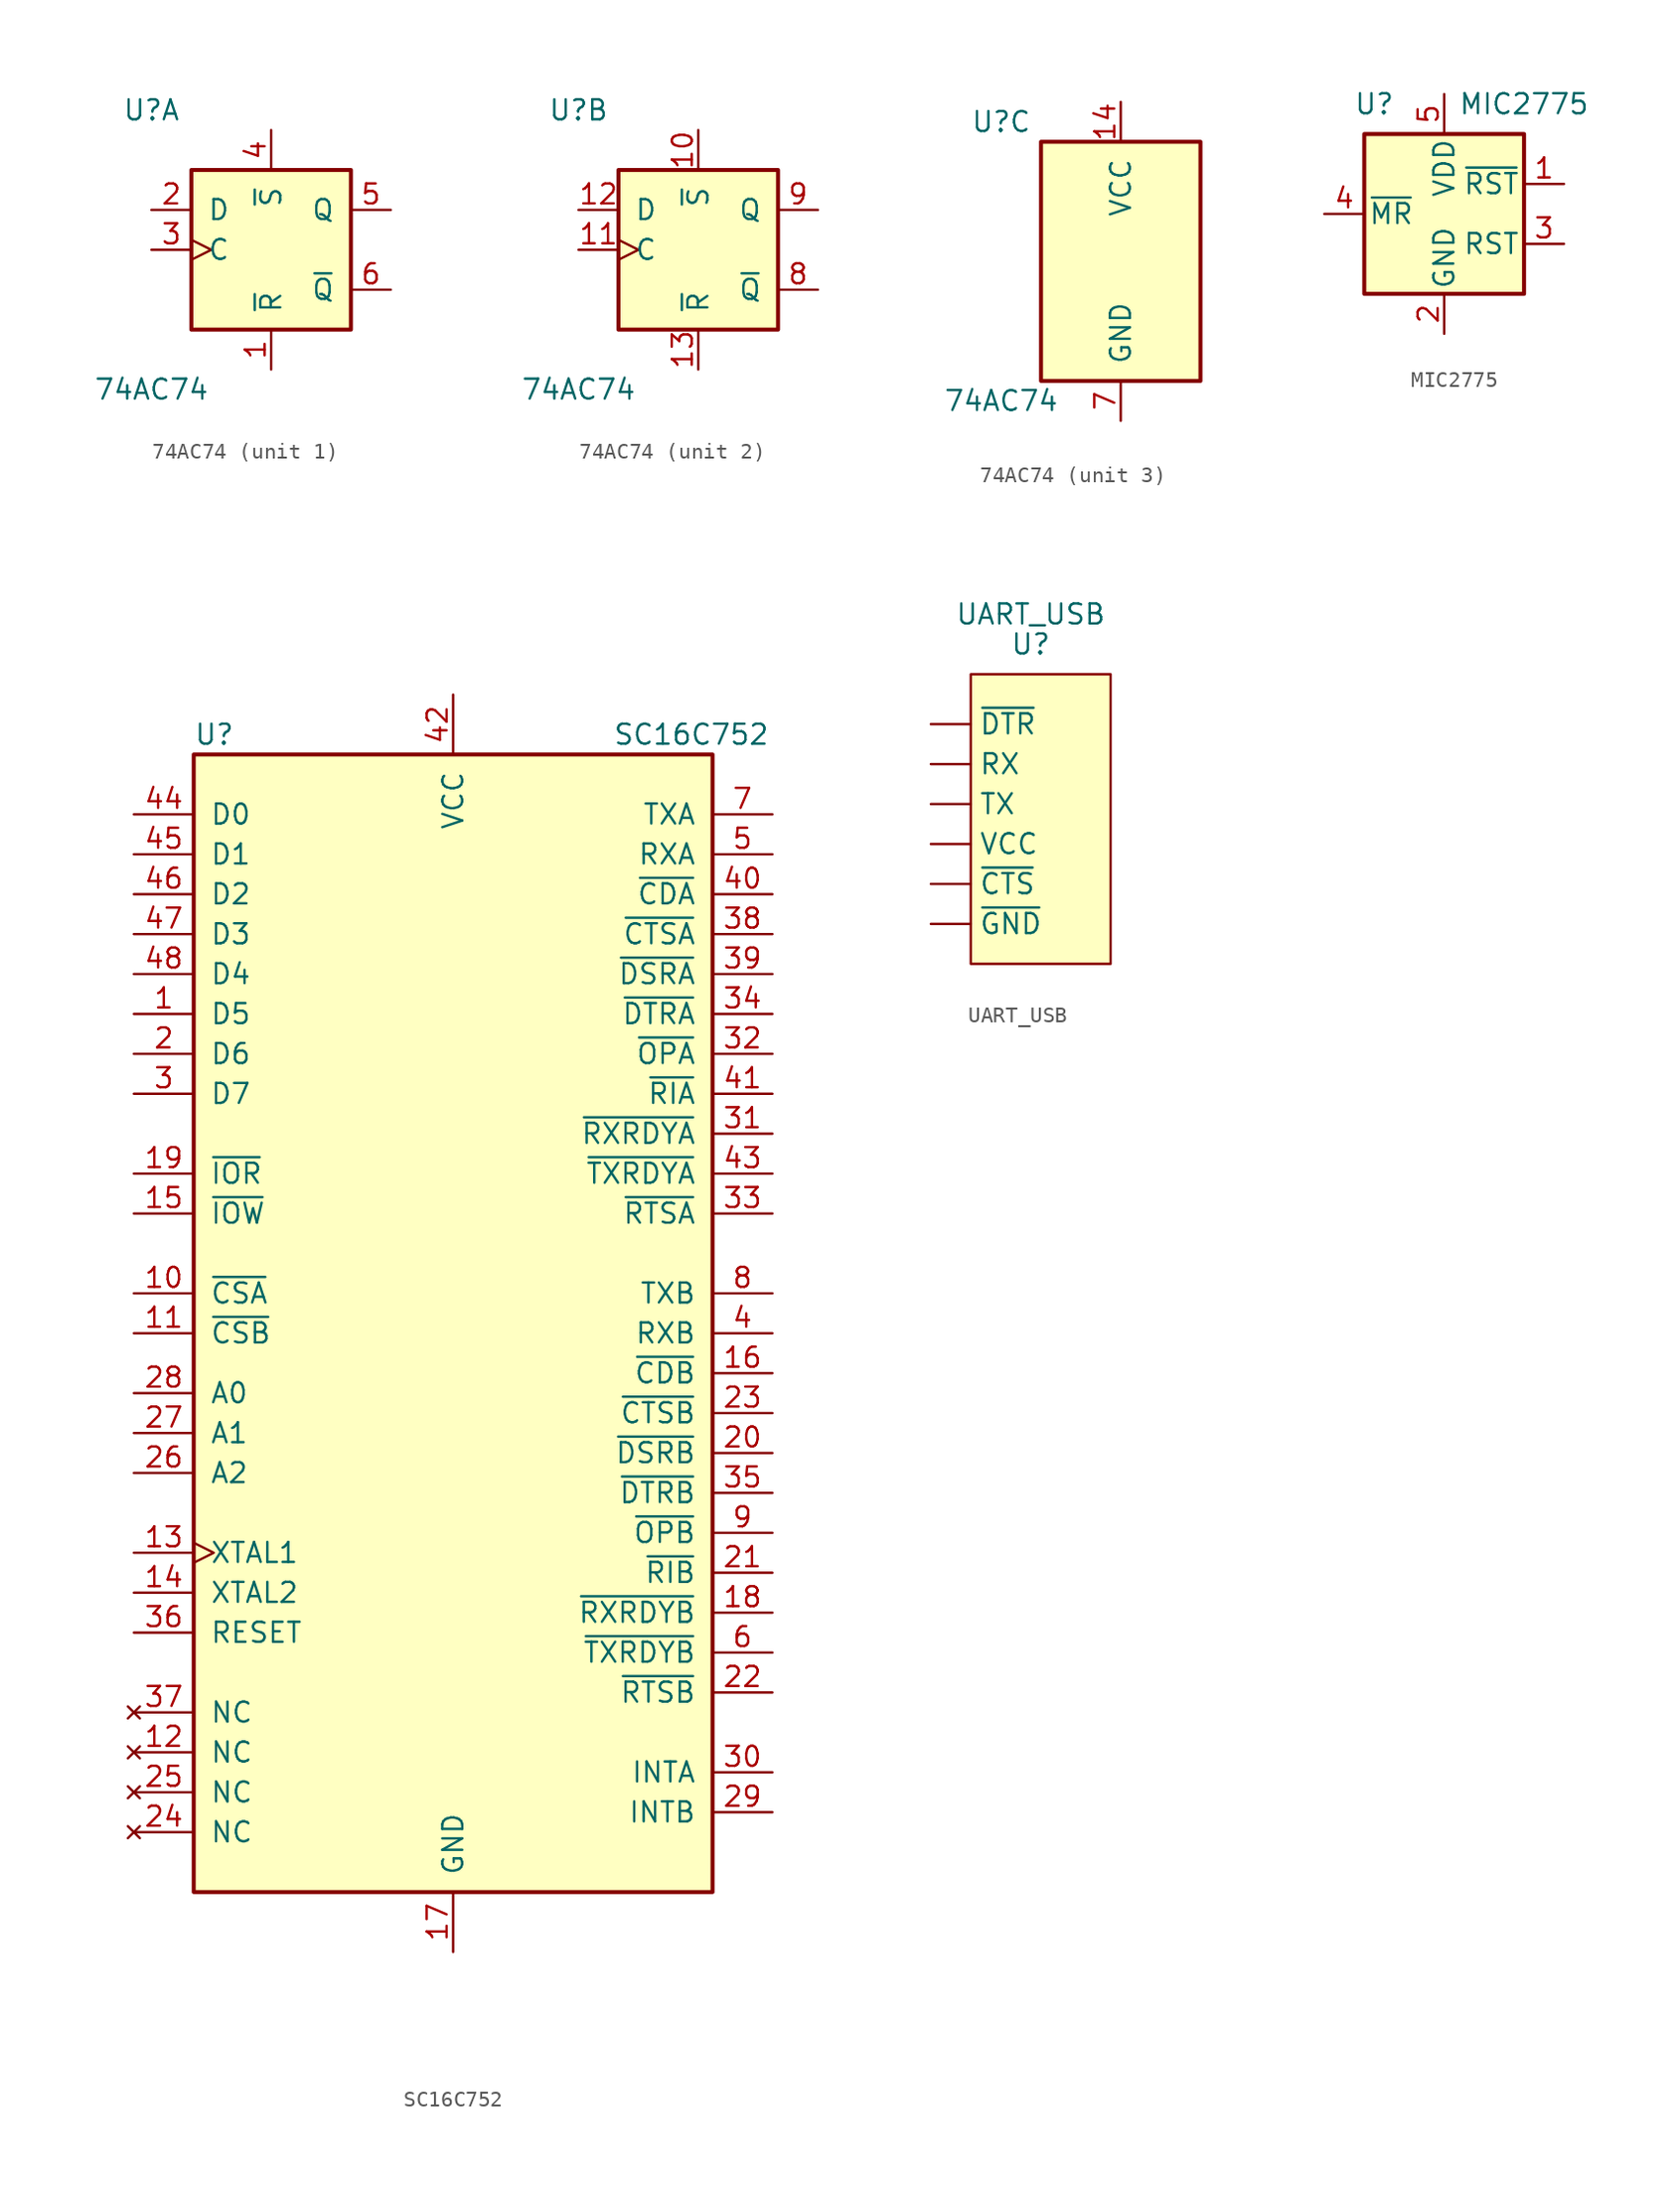
<source format=kicad_sym>
(kicad_symbol_lib
  (version 20211014)
  (generator kicad_symbol_editor)
  (symbol "74AC74"
    (pin_names
      (offset 1.016))
    (property "Reference" "U"
      (at -7.62 8.89 0)
      (effects (font (size 1.27 1.27))))
    (property "Value" "74AC74"
      (at -7.62 -8.89 0)
      (effects (font (size 1.27 1.27))))
    (property "ki_locked" ""
      (at 0 0 0)
      (effects (font (size 1.27 1.27))))
    (symbol "74AC74_1_0"
      (pin input line (at 0 -7.62 90) (length 2.54) (name "~{R}" (effects (font (size 1.27 1.27)))) (number "1" (effects (font (size 1.27 1.27)))))
      (pin input line (at -7.62 2.54 0) (length 2.54) (name "D" (effects (font (size 1.27 1.27)))) (number "2" (effects (font (size 1.27 1.27)))))
      (pin input clock (at -7.62 0 0) (length 2.54) (name "C" (effects (font (size 1.27 1.27)))) (number "3" (effects (font (size 1.27 1.27)))))
      (pin input line (at 0 7.62 270) (length 2.54) (name "~{S}" (effects (font (size 1.27 1.27)))) (number "4" (effects (font (size 1.27 1.27)))))
      (pin output line (at 7.62 2.54 180) (length 2.54) (name "Q" (effects (font (size 1.27 1.27)))) (number "5" (effects (font (size 1.27 1.27)))))
      (pin output line (at 7.62 -2.54 180) (length 2.54) (name "~{Q}" (effects (font (size 1.27 1.27)))) (number "6" (effects (font (size 1.27 1.27))))))
    (symbol "74AC74_1_1"
      (rectangle (start -5.08 5.08) (end 5.08 -5.08) (stroke (width 0.254) (type default) (color 0 0 0 0)) (fill (type background))))
    (symbol "74AC74_2_0"
      (pin input line (at 0 7.62 270) (length 2.54) (name "~{S}" (effects (font (size 1.27 1.27)))) (number "10" (effects (font (size 1.27 1.27)))))
      (pin input clock (at -7.62 0 0) (length 2.54) (name "C" (effects (font (size 1.27 1.27)))) (number "11" (effects (font (size 1.27 1.27)))))
      (pin input line (at -7.62 2.54 0) (length 2.54) (name "D" (effects (font (size 1.27 1.27)))) (number "12" (effects (font (size 1.27 1.27)))))
      (pin input line (at 0 -7.62 90) (length 2.54) (name "~{R}" (effects (font (size 1.27 1.27)))) (number "13" (effects (font (size 1.27 1.27)))))
      (pin output line (at 7.62 -2.54 180) (length 2.54) (name "~{Q}" (effects (font (size 1.27 1.27)))) (number "8" (effects (font (size 1.27 1.27)))))
      (pin output line (at 7.62 2.54 180) (length 2.54) (name "Q" (effects (font (size 1.27 1.27)))) (number "9" (effects (font (size 1.27 1.27))))))
    (symbol "74AC74_2_1"
      (rectangle (start -5.08 5.08) (end 5.08 -5.08) (stroke (width 0.254) (type default) (color 0 0 0 0)) (fill (type background))))
    (symbol "74AC74_3_0"
      (pin power_in line (at 0 10.16 270) (length 2.54) (name "VCC" (effects (font (size 1.27 1.27)))) (number "14" (effects (font (size 1.27 1.27)))))
      (pin power_in line (at 0 -10.16 90) (length 2.54) (name "GND" (effects (font (size 1.27 1.27)))) (number "7" (effects (font (size 1.27 1.27))))))
    (symbol "74AC74_3_1"
      (rectangle (start -5.08 7.62) (end 5.08 -7.62) (stroke (width 0.254) (type default) (color 0 0 0 0)) (fill (type background)))))
  (symbol "MIC2775"
    (pin_names
      (offset 0.254))
    (property "Reference" "U"
      (at -4.445 6.985 0)
      (effects (font (size 1.27 1.27))))
    (property "Value" "MIC2775"
      (at 5.08 6.985 0)
      (effects (font (size 1.27 1.27))))
    (symbol "MIC2775_0_0"
      (pin output line (at 7.62 1.905 180) (length 2.54) (name "~{RST}" (effects (font (size 1.27 1.27)))) (number "1" (effects (font (size 1.27 1.27)))))
      (pin power_in line (at 0 -7.62 90) (length 2.54) (name "GND" (effects (font (size 1.27 1.27)))) (number "2" (effects (font (size 1.27 1.27)))))
      (pin output line (at 7.62 -1.905 180) (length 2.54) (name "RST" (effects (font (size 1.27 1.27)))) (number "3" (effects (font (size 1.27 1.27)))))
      (pin input line (at -7.62 0 0) (length 2.54) (name "~{MR}" (effects (font (size 1.27 1.27)))) (number "4" (effects (font (size 1.27 1.27)))))
      (pin power_in line (at 0 7.62 270) (length 2.54) (name "VDD" (effects (font (size 1.27 1.27)))) (number "5" (effects (font (size 1.27 1.27))))))
    (symbol "MIC2775_0_1"
      (rectangle (start -5.08 5.08) (end 5.08 -5.08) (stroke (width 0.254) (type default) (color 0 0 0 0)) (fill (type background)))))
  (symbol "SC16C752"
    (pin_names
      (offset 1.016))
    (property "Reference" "U"
      (at -16.51 35.56 0)
      (effects (font (size 1.27 1.27)) (justify left)))
    (property "Value" "SC16C752"
      (at 10.16 35.56 0)
      (effects (font (size 1.27 1.27)) (justify left)))
    (symbol "SC16C752_0_0"
      (pin input line (at -20.32 -2.54 0) (length 3.81) (name "~{CSB}" (effects (font (size 1.27 1.27)))) (number "11" (effects (font (size 1.27 1.27)))))
      (pin input clock (at -20.32 -16.51 0) (length 3.81) (name "XTAL1" (effects (font (size 1.27 1.27)))) (number "13" (effects (font (size 1.27 1.27)))))
      (pin output line (at -20.32 -19.05 0) (length 3.81) (name "XTAL2" (effects (font (size 1.27 1.27)))) (number "14" (effects (font (size 1.27 1.27)))))
      (pin no_connect line (at -20.32 -34.29 0) (length 3.81) (name "NC" (effects (font (size 1.27 1.27)))) (number "24" (effects (font (size 1.27 1.27)))))
      (pin no_connect line (at -20.32 -31.75 0) (length 3.81) (name "NC" (effects (font (size 1.27 1.27)))) (number "25" (effects (font (size 1.27 1.27)))))
      (pin input line (at -20.32 -11.43 0) (length 3.81) (name "A2" (effects (font (size 1.27 1.27)))) (number "26" (effects (font (size 1.27 1.27)))))
      (pin output line (at 20.32 10.16 180) (length 3.81) (name "~{RXRDYA}" (effects (font (size 1.27 1.27)))) (number "31" (effects (font (size 1.27 1.27)))))
      (pin output line (at 20.32 7.62 180) (length 3.81) (name "~{TXRDYA}" (effects (font (size 1.27 1.27)))) (number "43" (effects (font (size 1.27 1.27))))))
    (symbol "SC16C752_0_1"
      (rectangle (start -16.51 34.29) (end 16.51 -38.1) (stroke (width 0.254) (type default) (color 0 0 0 0)) (fill (type background))))
    (symbol "SC16C752_1_1"
      (pin bidirectional line (at -20.32 17.78 0) (length 3.81) (name "D5" (effects (font (size 1.27 1.27)))) (number "1" (effects (font (size 1.27 1.27)))))
      (pin input line (at -20.32 0 0) (length 3.81) (name "~{CSA}" (effects (font (size 1.27 1.27)))) (number "10" (effects (font (size 1.27 1.27)))))
      (pin no_connect line (at -20.32 -29.21 0) (length 3.81) (name "NC" (effects (font (size 1.27 1.27)))) (number "12" (effects (font (size 1.27 1.27)))))
      (pin input line (at -20.32 5.08 0) (length 3.81) (name "~{IOW}" (effects (font (size 1.27 1.27)))) (number "15" (effects (font (size 1.27 1.27)))))
      (pin input line (at 20.32 -5.08 180) (length 3.81) (name "~{CDB}" (effects (font (size 1.27 1.27)))) (number "16" (effects (font (size 1.27 1.27)))))
      (pin power_in line (at 0 -41.91 90) (length 3.81) (name "GND" (effects (font (size 1.27 1.27)))) (number "17" (effects (font (size 1.27 1.27)))))
      (pin output line (at 20.32 -20.32 180) (length 3.81) (name "~{RXRDYB}" (effects (font (size 1.27 1.27)))) (number "18" (effects (font (size 1.27 1.27)))))
      (pin input line (at -20.32 7.62 0) (length 3.81) (name "~{IOR}" (effects (font (size 1.27 1.27)))) (number "19" (effects (font (size 1.27 1.27)))))
      (pin bidirectional line (at -20.32 15.24 0) (length 3.81) (name "D6" (effects (font (size 1.27 1.27)))) (number "2" (effects (font (size 1.27 1.27)))))
      (pin input line (at 20.32 -10.16 180) (length 3.81) (name "~{DSRB}" (effects (font (size 1.27 1.27)))) (number "20" (effects (font (size 1.27 1.27)))))
      (pin input line (at 20.32 -17.78 180) (length 3.81) (name "~{RIB}" (effects (font (size 1.27 1.27)))) (number "21" (effects (font (size 1.27 1.27)))))
      (pin output line (at 20.32 -25.4 180) (length 3.81) (name "~{RTSB}" (effects (font (size 1.27 1.27)))) (number "22" (effects (font (size 1.27 1.27)))))
      (pin input line (at 20.32 -7.62 180) (length 3.81) (name "~{CTSB}" (effects (font (size 1.27 1.27)))) (number "23" (effects (font (size 1.27 1.27)))))
      (pin input line (at -20.32 -8.89 0) (length 3.81) (name "A1" (effects (font (size 1.27 1.27)))) (number "27" (effects (font (size 1.27 1.27)))))
      (pin input line (at -20.32 -6.35 0) (length 3.81) (name "A0" (effects (font (size 1.27 1.27)))) (number "28" (effects (font (size 1.27 1.27)))))
      (pin output line (at 20.32 -33.02 180) (length 3.81) (name "INTB" (effects (font (size 1.27 1.27)))) (number "29" (effects (font (size 1.27 1.27)))))
      (pin bidirectional line (at -20.32 12.7 0) (length 3.81) (name "D7" (effects (font (size 1.27 1.27)))) (number "3" (effects (font (size 1.27 1.27)))))
      (pin output line (at 20.32 -30.48 180) (length 3.81) (name "INTA" (effects (font (size 1.27 1.27)))) (number "30" (effects (font (size 1.27 1.27)))))
      (pin output line (at 20.32 15.24 180) (length 3.81) (name "~{OPA}" (effects (font (size 1.27 1.27)))) (number "32" (effects (font (size 1.27 1.27)))))
      (pin output line (at 20.32 5.08 180) (length 3.81) (name "~{RTSA}" (effects (font (size 1.27 1.27)))) (number "33" (effects (font (size 1.27 1.27)))))
      (pin output line (at 20.32 17.78 180) (length 3.81) (name "~{DTRA}" (effects (font (size 1.27 1.27)))) (number "34" (effects (font (size 1.27 1.27)))))
      (pin output line (at 20.32 -12.7 180) (length 3.81) (name "~{DTRB}" (effects (font (size 1.27 1.27)))) (number "35" (effects (font (size 1.27 1.27)))))
      (pin input line (at -20.32 -21.59 0) (length 3.81) (name "RESET" (effects (font (size 1.27 1.27)))) (number "36" (effects (font (size 1.27 1.27)))))
      (pin no_connect line (at -20.32 -26.67 0) (length 3.81) (name "NC" (effects (font (size 1.27 1.27)))) (number "37" (effects (font (size 1.27 1.27)))))
      (pin input line (at 20.32 22.86 180) (length 3.81) (name "~{CTSA}" (effects (font (size 1.27 1.27)))) (number "38" (effects (font (size 1.27 1.27)))))
      (pin input line (at 20.32 20.32 180) (length 3.81) (name "~{DSRA}" (effects (font (size 1.27 1.27)))) (number "39" (effects (font (size 1.27 1.27)))))
      (pin input line (at 20.32 -2.54 180) (length 3.81) (name "RXB" (effects (font (size 1.27 1.27)))) (number "4" (effects (font (size 1.27 1.27)))))
      (pin input line (at 20.32 25.4 180) (length 3.81) (name "~{CDA}" (effects (font (size 1.27 1.27)))) (number "40" (effects (font (size 1.27 1.27)))))
      (pin input line (at 20.32 12.7 180) (length 3.81) (name "~{RIA}" (effects (font (size 1.27 1.27)))) (number "41" (effects (font (size 1.27 1.27)))))
      (pin power_in line (at 0 38.1 270) (length 3.81) (name "VCC" (effects (font (size 1.27 1.27)))) (number "42" (effects (font (size 1.27 1.27)))))
      (pin bidirectional line (at -20.32 30.48 0) (length 3.81) (name "D0" (effects (font (size 1.27 1.27)))) (number "44" (effects (font (size 1.27 1.27)))))
      (pin bidirectional line (at -20.32 27.94 0) (length 3.81) (name "D1" (effects (font (size 1.27 1.27)))) (number "45" (effects (font (size 1.27 1.27)))))
      (pin bidirectional line (at -20.32 25.4 0) (length 3.81) (name "D2" (effects (font (size 1.27 1.27)))) (number "46" (effects (font (size 1.27 1.27)))))
      (pin bidirectional line (at -20.32 22.86 0) (length 3.81) (name "D3" (effects (font (size 1.27 1.27)))) (number "47" (effects (font (size 1.27 1.27)))))
      (pin bidirectional line (at -20.32 20.32 0) (length 3.81) (name "D4" (effects (font (size 1.27 1.27)))) (number "48" (effects (font (size 1.27 1.27)))))
      (pin input line (at 20.32 27.94 180) (length 3.81) (name "RXA" (effects (font (size 1.27 1.27)))) (number "5" (effects (font (size 1.27 1.27)))))
      (pin output line (at 20.32 -22.86 180) (length 3.81) (name "~{TXRDYB}" (effects (font (size 1.27 1.27)))) (number "6" (effects (font (size 1.27 1.27)))))
      (pin output line (at 20.32 30.48 180) (length 3.81) (name "TXA" (effects (font (size 1.27 1.27)))) (number "7" (effects (font (size 1.27 1.27)))))
      (pin output line (at 20.32 0 180) (length 3.81) (name "TXB" (effects (font (size 1.27 1.27)))) (number "8" (effects (font (size 1.27 1.27)))))
      (pin output line (at 20.32 -15.24 180) (length 3.81) (name "~{OPB}" (effects (font (size 1.27 1.27)))) (number "9" (effects (font (size 1.27 1.27)))))))
  (symbol "UART_USB"
    (property "Reference" "U"
      (at 0 0 0)
      (effects (font (size 1.27 1.27))))
    (property "Value" "UART_USB"
      (at 0 1.905 0)
      (effects (font (size 1.27 1.27))))
    (symbol "UART_USB_0_1"
      (rectangle (start -3.81 -1.905) (end 5.08 -20.32) (stroke (width 0) (type default) (color 0 0 0 0)) (fill (type background))))
    (symbol "UART_USB_1_1"
      (pin input line (at -6.35 -7.62 0) (length 2.54) (name "RX" (effects (font (size 1.27 1.27)))) (number "" (effects (font (size 1.27 1.27)))))
      (pin output line (at -6.35 -10.16 0) (length 2.54) (name "TX" (effects (font (size 1.27 1.27)))) (number "" (effects (font (size 1.27 1.27)))))
      (pin power_out line (at -6.35 -12.7 0) (length 2.54) (name "VCC" (effects (font (size 1.27 1.27)))) (number "" (effects (font (size 1.27 1.27)))))
      (pin input line (at -6.35 -15.24 0) (length 2.54) (name "~{CTS}" (effects (font (size 1.27 1.27)))) (number "" (effects (font (size 1.27 1.27)))))
      (pin output line (at -6.35 -5.08 0) (length 2.54) (name "~{DTR}" (effects (font (size 1.27 1.27)))) (number "" (effects (font (size 1.27 1.27)))))
      (pin power_in line (at -6.35 -17.78 0) (length 2.54) (name "~{GND}" (effects (font (size 1.27 1.27)))) (number "" (effects (font (size 1.27 1.27))))))))
</source>
